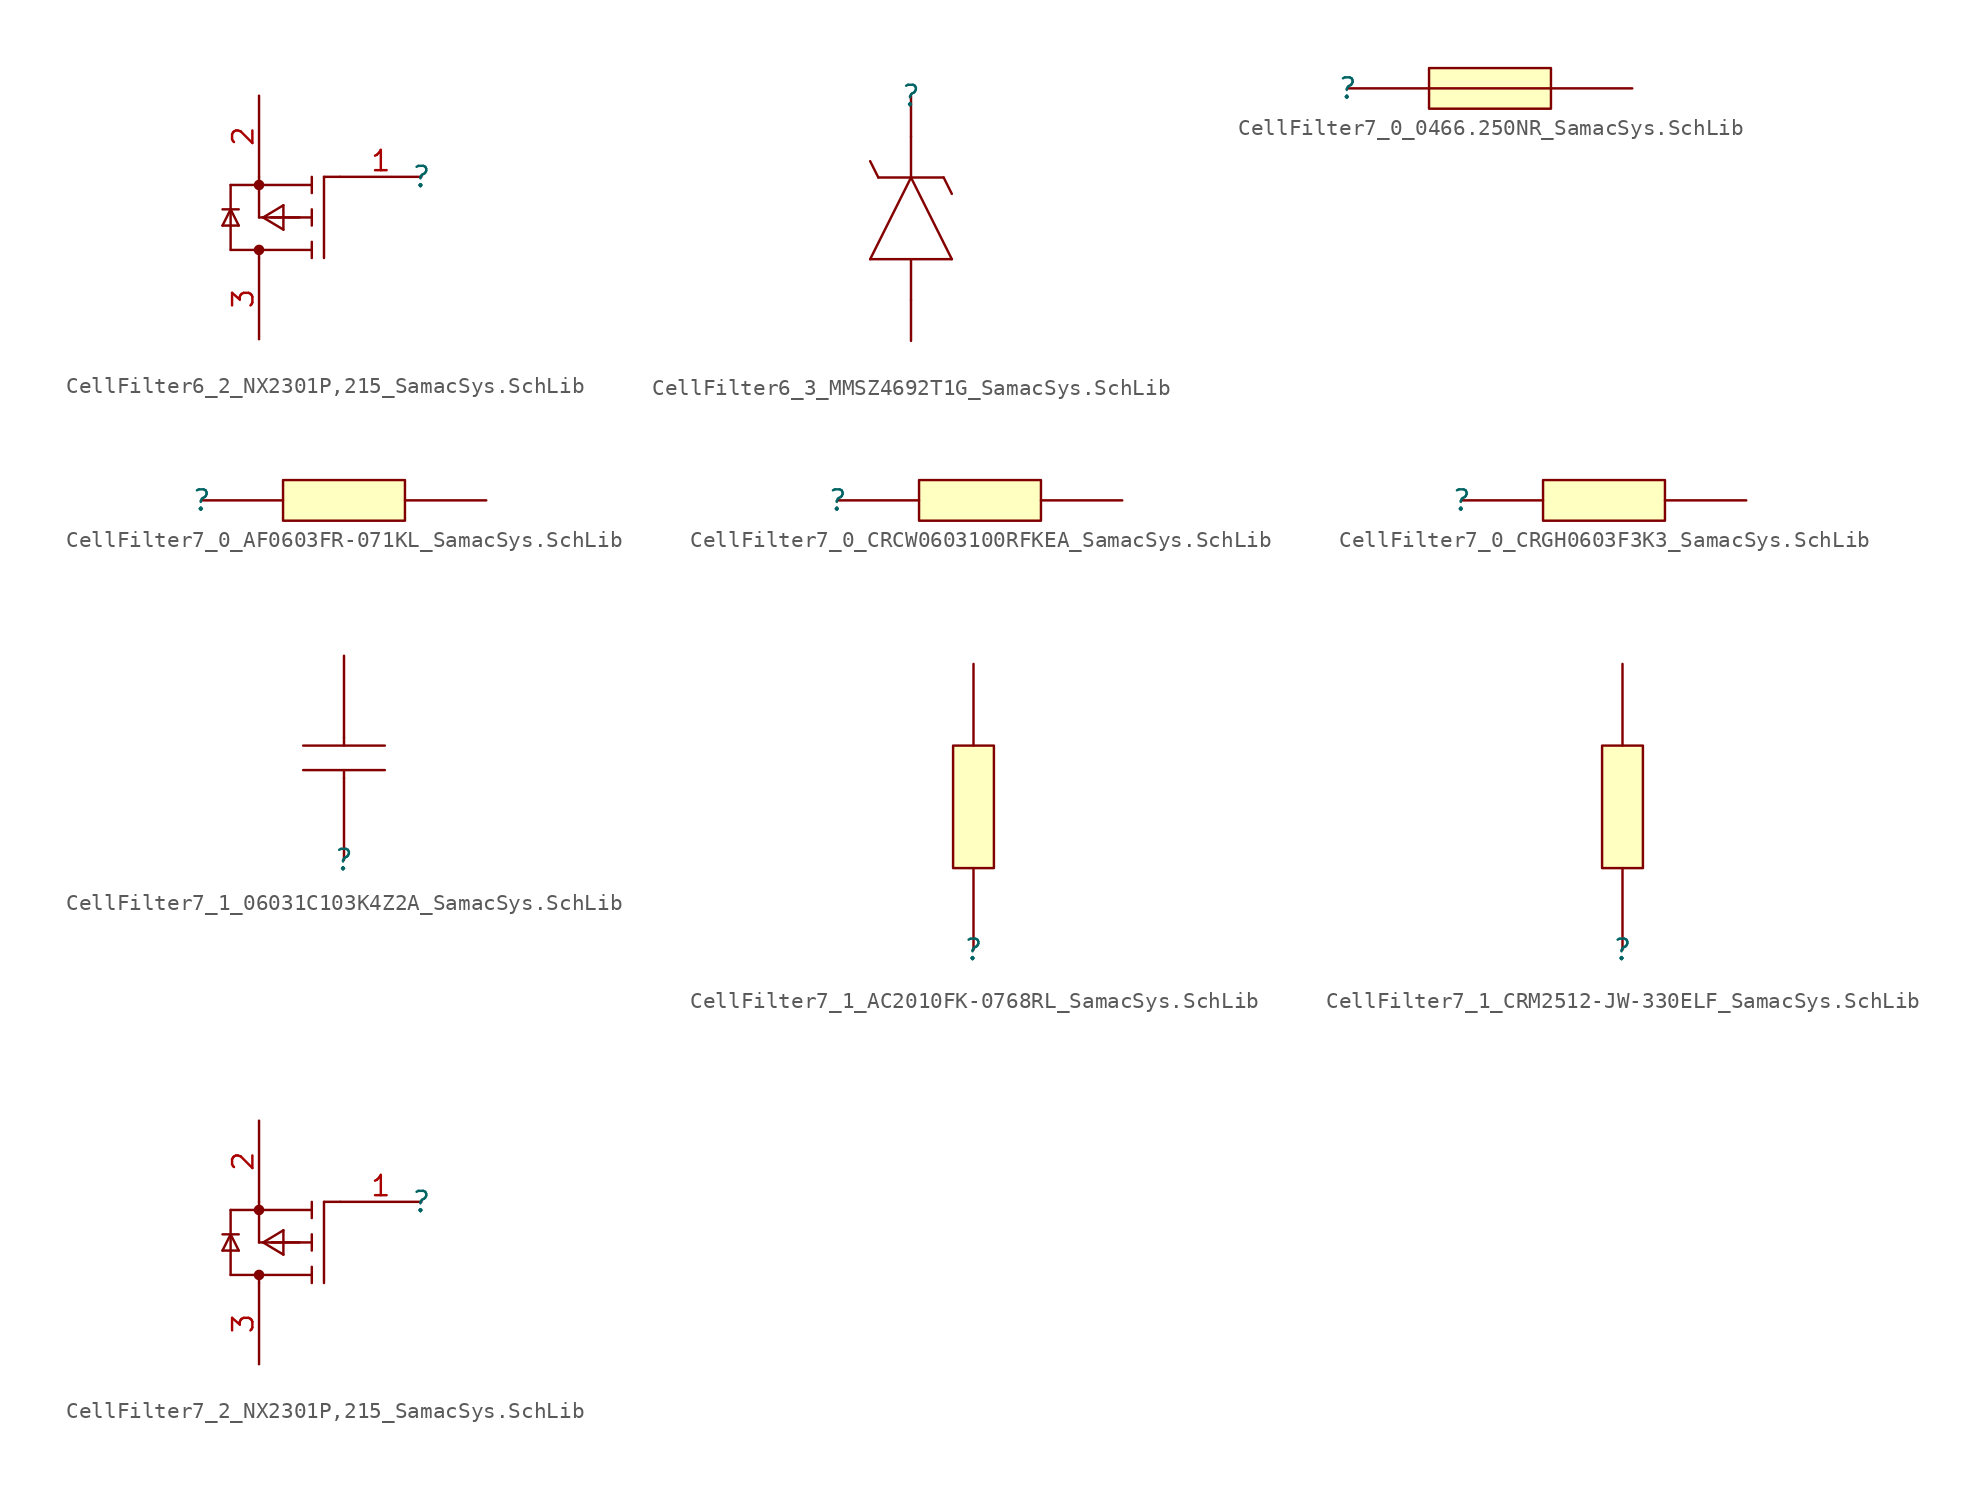
<source format=kicad_sym>
(kicad_symbol_lib
  (version 20241209)
  (generator "kicad_symbol_editor")
  (generator_version "9.0")
  (symbol "CellFilter6_2_NX2301P,215_SamacSys.SchLib"
    (pin_names
      (hide yes))
    (property "Reference" ""
      (at 0 0 0)
      (effects (font (size 1.27 1.27))))
    (property "Value" ""
      (at 0 0 0)
      (effects (font (size 1.27 1.27))))
    (symbol "CellFilter6_2_NX2301P,215_SamacSys.SchLib_1_0"
      (polyline (pts (xy -12.446 -3.048) (xy -11.43 -3.048)) (stroke (width 0) (type solid)) (fill (type none)))
      (polyline (pts (xy -11.938 -2.032) (xy -12.446 -2.032)) (stroke (width 0) (type solid)) (fill (type none)))
      (polyline (pts (xy -11.938 -2.032) (xy -12.446 -3.048)) (stroke (width 0) (type solid)) (fill (type none)))
      (polyline (pts (xy -11.938 -2.032) (xy -11.43 -2.032)) (stroke (width 0) (type solid)) (fill (type none)))
      (polyline (pts (xy -11.938 -4.572) (xy -11.938 -0.508)) (stroke (width 0) (type solid)) (fill (type none)))
      (polyline (pts (xy -11.938 -4.572) (xy -10.16 -4.572)) (stroke (width 0) (type solid)) (fill (type none)))
      (polyline (pts (xy -11.43 -3.048) (xy -11.938 -2.032)) (stroke (width 0) (type solid)) (fill (type none)))
      (circle (center -10.16 -0.508) (radius 0.254) (stroke (width 0) (type solid)) (fill (type outline)))
      (polyline (pts (xy -10.16 -0.508) (xy -11.938 -0.508)) (stroke (width 0) (type solid)) (fill (type none)))
      (polyline (pts (xy -10.16 -2.54) (xy -10.16 0)) (stroke (width 0) (type solid)) (fill (type none)))
      (polyline (pts (xy -10.16 -2.54) (xy -7.62 -2.54)) (stroke (width 0) (type solid)) (fill (type none)))
      (circle (center -10.16 -4.572) (radius 0.254) (stroke (width 0) (type solid)) (fill (type outline)))
      (polyline (pts (xy -10.16 -4.572) (xy -10.16 -5.08)) (stroke (width 0) (type solid)) (fill (type none)))
      (polyline (pts (xy -9.906 -2.54) (xy -8.636 -1.778)) (stroke (width 0) (type solid)) (fill (type none)))
      (polyline (pts (xy -9.906 -2.54) (xy -8.636 -3.302)) (stroke (width 0) (type solid)) (fill (type none)))
      (polyline (pts (xy -9.398 -2.54) (xy -6.858 -2.54)) (stroke (width 0) (type solid)) (fill (type none)))
      (polyline (pts (xy -8.636 -1.778) (xy -8.636 -3.302)) (stroke (width 0) (type solid)) (fill (type none)))
      (polyline (pts (xy -6.858 -0.508) (xy -10.16 -0.508)) (stroke (width 0) (type solid)) (fill (type none)))
      (polyline (pts (xy -6.858 -1.016) (xy -6.858 0)) (stroke (width 0) (type solid)) (fill (type none)))
      (polyline (pts (xy -6.858 -3.048) (xy -6.858 -2.032)) (stroke (width 0) (type solid)) (fill (type none)))
      (polyline (pts (xy -6.858 -4.064) (xy -6.858 -5.08)) (stroke (width 0) (type solid)) (fill (type none)))
      (polyline (pts (xy -6.858 -4.572) (xy -10.16 -4.572)) (stroke (width 0) (type solid)) (fill (type none)))
      (polyline (pts (xy -6.096 0) (xy -6.096 -5.08)) (stroke (width 0) (type solid)) (fill (type none)))
      (polyline (pts (xy -6.096 0) (xy -5.08 0)) (stroke (width 0) (type solid)) (fill (type none)))
      (pin passive line (at -10.16 5.08 270) (length 5.08) (name "S" (effects (font (size 1.27 1.27)))) (number "2" (effects (font (size 1.27 1.27)))))
      (pin passive line (at -10.16 -10.16 90) (length 5.08) (name "D" (effects (font (size 1.27 1.27)))) (number "3" (effects (font (size 1.27 1.27)))))
      (pin passive line (at 0 0 180) (length 5.08) (name "G" (effects (font (size 1.27 1.27)))) (number "1" (effects (font (size 1.27 1.27)))))))
  (symbol "CellFilter6_3_MMSZ4692T1G_SamacSys.SchLib"
    (pin_numbers
      (hide yes))
    (pin_names
      (hide yes))
    (property "Reference" ""
      (at 0 0 0)
      (effects (font (size 1.27 1.27))))
    (property "Value" ""
      (at 0 0 0)
      (effects (font (size 1.27 1.27))))
    (symbol "CellFilter6_3_MMSZ4692T1G_SamacSys.SchLib_1_0"
      (polyline (pts (xy -2.54 -4.064) (xy -2.032 -5.08)) (stroke (width 0) (type solid)) (fill (type none)))
      (polyline (pts (xy -2.54 -10.16) (xy 0 -5.08)) (stroke (width 0) (type solid)) (fill (type none)))
      (polyline (pts (xy 0 -2.54) (xy 0 -5.08)) (stroke (width 0) (type solid)) (fill (type none)))
      (polyline (pts (xy 0 -5.08) (xy 2.54 -10.16)) (stroke (width 0) (type solid)) (fill (type none)))
      (polyline (pts (xy 0 -12.7) (xy 0 -10.16)) (stroke (width 0) (type solid)) (fill (type none)))
      (polyline (pts (xy 2.032 -5.08) (xy -2.032 -5.08)) (stroke (width 0) (type solid)) (fill (type none)))
      (polyline (pts (xy 2.032 -5.08) (xy 2.54 -6.096)) (stroke (width 0) (type solid)) (fill (type none)))
      (polyline (pts (xy 2.54 -10.16) (xy -2.54 -10.16)) (stroke (width 0) (type solid)) (fill (type none)))
      (pin passive line (at 0 0 270) (length 2.54) (name "K" (effects (font (size 1.27 1.27)))) (number "1" (effects (font (size 1.27 1.27)))))
      (pin passive line (at 0 -15.24 90) (length 2.54) (name "A" (effects (font (size 1.27 1.27)))) (number "2" (effects (font (size 1.27 1.27)))))))
  (symbol "CellFilter7_0_0466.250NR_SamacSys.SchLib"
    (pin_numbers
      (hide yes))
    (pin_names
      (hide yes))
    (property "Reference" ""
      (at 0 0 0)
      (effects (font (size 1.27 1.27))))
    (property "Value" ""
      (at 0 0 0)
      (effects (font (size 1.27 1.27))))
    (symbol "CellFilter7_0_0466.250NR_SamacSys.SchLib_1_0"
      (polyline (pts (xy 5.08 0) (xy 12.7 0)) (stroke (width 0) (type solid)) (fill (type none)))
      (rectangle (start 12.7 1.27) (end 5.08 -1.27) (stroke (width 0) (type solid) (color 128 0 0 1)) (fill (type background)))
      (pin passive line (at 0 0 0) (length 5.08) (name "1" (effects (font (size 1.27 1.27)))) (number "1" (effects (font (size 1.27 1.27)))))
      (pin passive line (at 17.78 0 180) (length 5.08) (name "2" (effects (font (size 1.27 1.27)))) (number "2" (effects (font (size 1.27 1.27)))))))
  (symbol "CellFilter7_0_AF0603FR-071KL_SamacSys.SchLib"
    (pin_numbers
      (hide yes))
    (pin_names
      (hide yes))
    (property "Reference" ""
      (at 0 0 0)
      (effects (font (size 1.27 1.27))))
    (property "Value" ""
      (at 0 0 0)
      (effects (font (size 1.27 1.27))))
    (symbol "CellFilter7_0_AF0603FR-071KL_SamacSys.SchLib_1_0"
      (rectangle (start 12.7 1.27) (end 5.08 -1.27) (stroke (width 0) (type solid) (color 128 0 0 1)) (fill (type background)))
      (pin passive line (at 0 0 0) (length 5.08) (name "1" (effects (font (size 1.27 1.27)))) (number "1" (effects (font (size 1.27 1.27)))))
      (pin passive line (at 17.78 0 180) (length 5.08) (name "2" (effects (font (size 1.27 1.27)))) (number "2" (effects (font (size 1.27 1.27)))))))
  (symbol "CellFilter7_0_CRCW0603100RFKEA_SamacSys.SchLib"
    (pin_numbers
      (hide yes))
    (pin_names
      (hide yes))
    (property "Reference" ""
      (at 0 0 0)
      (effects (font (size 1.27 1.27))))
    (property "Value" ""
      (at 0 0 0)
      (effects (font (size 1.27 1.27))))
    (symbol "CellFilter7_0_CRCW0603100RFKEA_SamacSys.SchLib_1_0"
      (rectangle (start 12.7 1.27) (end 5.08 -1.27) (stroke (width 0) (type solid) (color 128 0 0 1)) (fill (type background)))
      (pin passive line (at 0 0 0) (length 5.08) (name "1" (effects (font (size 1.27 1.27)))) (number "1" (effects (font (size 1.27 1.27)))))
      (pin passive line (at 17.78 0 180) (length 5.08) (name "2" (effects (font (size 1.27 1.27)))) (number "2" (effects (font (size 1.27 1.27)))))))
  (symbol "CellFilter7_0_CRGH0603F3K3_SamacSys.SchLib"
    (pin_numbers
      (hide yes))
    (pin_names
      (hide yes))
    (property "Reference" ""
      (at 0 0 0)
      (effects (font (size 1.27 1.27))))
    (property "Value" ""
      (at 0 0 0)
      (effects (font (size 1.27 1.27))))
    (symbol "CellFilter7_0_CRGH0603F3K3_SamacSys.SchLib_1_0"
      (rectangle (start 12.7 1.27) (end 5.08 -1.27) (stroke (width 0) (type solid) (color 128 0 0 1)) (fill (type background)))
      (pin passive line (at 0 0 0) (length 5.08) (name "1" (effects (font (size 1.27 1.27)))) (number "1" (effects (font (size 1.27 1.27)))))
      (pin passive line (at 17.78 0 180) (length 5.08) (name "2" (effects (font (size 1.27 1.27)))) (number "2" (effects (font (size 1.27 1.27)))))))
  (symbol "CellFilter7_1_06031C103K4Z2A_SamacSys.SchLib"
    (pin_numbers
      (hide yes))
    (pin_names
      (hide yes))
    (property "Reference" ""
      (at 0 0 0)
      (effects (font (size 1.27 1.27))))
    (property "Value" ""
      (at 0 0 0)
      (effects (font (size 1.27 1.27))))
    (symbol "CellFilter7_1_06031C103K4Z2A_SamacSys.SchLib_1_0"
      (polyline (pts (xy -2.54 7.112) (xy 2.54 7.112)) (stroke (width 0) (type solid)) (fill (type none)))
      (polyline (pts (xy -2.54 5.588) (xy 2.54 5.588)) (stroke (width 0) (type solid)) (fill (type none)))
      (polyline (pts (xy 0 7.112) (xy 0 7.62)) (stroke (width 0) (type solid)) (fill (type none)))
      (polyline (pts (xy 0 5.08) (xy 0 5.588)) (stroke (width 0) (type solid)) (fill (type none)))
      (pin passive line (at 0 12.7 270) (length 5.08) (name "2" (effects (font (size 1.27 1.27)))) (number "2" (effects (font (size 1.27 1.27)))))
      (pin passive line (at 0 0 90) (length 5.08) (name "1" (effects (font (size 1.27 1.27)))) (number "1" (effects (font (size 1.27 1.27)))))))
  (symbol "CellFilter7_1_AC2010FK-0768RL_SamacSys.SchLib"
    (pin_numbers
      (hide yes))
    (pin_names
      (hide yes))
    (property "Reference" ""
      (at 0 0 0)
      (effects (font (size 1.27 1.27))))
    (property "Value" ""
      (at 0 0 0)
      (effects (font (size 1.27 1.27))))
    (symbol "CellFilter7_1_AC2010FK-0768RL_SamacSys.SchLib_1_0"
      (rectangle (start 1.27 12.7) (end -1.27 5.08) (stroke (width 0) (type solid) (color 128 0 0 1)) (fill (type background)))
      (pin passive line (at 0 17.78 270) (length 5.08) (name "2" (effects (font (size 1.27 1.27)))) (number "2" (effects (font (size 1.27 1.27)))))
      (pin passive line (at 0 0 90) (length 5.08) (name "1" (effects (font (size 1.27 1.27)))) (number "1" (effects (font (size 1.27 1.27)))))))
  (symbol "CellFilter7_1_CRM2512-JW-330ELF_SamacSys.SchLib"
    (pin_numbers
      (hide yes))
    (pin_names
      (hide yes))
    (property "Reference" ""
      (at 0 0 0)
      (effects (font (size 1.27 1.27))))
    (property "Value" ""
      (at 0 0 0)
      (effects (font (size 1.27 1.27))))
    (symbol "CellFilter7_1_CRM2512-JW-330ELF_SamacSys.SchLib_1_0"
      (rectangle (start 1.27 12.7) (end -1.27 5.08) (stroke (width 0) (type solid) (color 128 0 0 1)) (fill (type background)))
      (pin passive line (at 0 17.78 270) (length 5.08) (name "2" (effects (font (size 1.27 1.27)))) (number "2" (effects (font (size 1.27 1.27)))))
      (pin passive line (at 0 0 90) (length 5.08) (name "1" (effects (font (size 1.27 1.27)))) (number "1" (effects (font (size 1.27 1.27)))))))
  (symbol "CellFilter7_2_NX2301P,215_SamacSys.SchLib"
    (pin_names
      (hide yes))
    (property "Reference" ""
      (at 0 0 0)
      (effects (font (size 1.27 1.27))))
    (property "Value" ""
      (at 0 0 0)
      (effects (font (size 1.27 1.27))))
    (symbol "CellFilter7_2_NX2301P,215_SamacSys.SchLib_1_0"
      (polyline (pts (xy -12.446 -3.048) (xy -11.43 -3.048)) (stroke (width 0) (type solid)) (fill (type none)))
      (polyline (pts (xy -11.938 -2.032) (xy -12.446 -2.032)) (stroke (width 0) (type solid)) (fill (type none)))
      (polyline (pts (xy -11.938 -2.032) (xy -12.446 -3.048)) (stroke (width 0) (type solid)) (fill (type none)))
      (polyline (pts (xy -11.938 -2.032) (xy -11.43 -2.032)) (stroke (width 0) (type solid)) (fill (type none)))
      (polyline (pts (xy -11.938 -4.572) (xy -11.938 -0.508)) (stroke (width 0) (type solid)) (fill (type none)))
      (polyline (pts (xy -11.938 -4.572) (xy -10.16 -4.572)) (stroke (width 0) (type solid)) (fill (type none)))
      (polyline (pts (xy -11.43 -3.048) (xy -11.938 -2.032)) (stroke (width 0) (type solid)) (fill (type none)))
      (circle (center -10.16 -0.508) (radius 0.254) (stroke (width 0) (type solid)) (fill (type outline)))
      (polyline (pts (xy -10.16 -0.508) (xy -11.938 -0.508)) (stroke (width 0) (type solid)) (fill (type none)))
      (polyline (pts (xy -10.16 -2.54) (xy -10.16 0)) (stroke (width 0) (type solid)) (fill (type none)))
      (polyline (pts (xy -10.16 -2.54) (xy -7.62 -2.54)) (stroke (width 0) (type solid)) (fill (type none)))
      (circle (center -10.16 -4.572) (radius 0.254) (stroke (width 0) (type solid)) (fill (type outline)))
      (polyline (pts (xy -10.16 -4.572) (xy -10.16 -5.08)) (stroke (width 0) (type solid)) (fill (type none)))
      (polyline (pts (xy -9.906 -2.54) (xy -8.636 -1.778)) (stroke (width 0) (type solid)) (fill (type none)))
      (polyline (pts (xy -9.906 -2.54) (xy -8.636 -3.302)) (stroke (width 0) (type solid)) (fill (type none)))
      (polyline (pts (xy -9.398 -2.54) (xy -6.858 -2.54)) (stroke (width 0) (type solid)) (fill (type none)))
      (polyline (pts (xy -8.636 -1.778) (xy -8.636 -3.302)) (stroke (width 0) (type solid)) (fill (type none)))
      (polyline (pts (xy -6.858 -0.508) (xy -10.16 -0.508)) (stroke (width 0) (type solid)) (fill (type none)))
      (polyline (pts (xy -6.858 -1.016) (xy -6.858 0)) (stroke (width 0) (type solid)) (fill (type none)))
      (polyline (pts (xy -6.858 -3.048) (xy -6.858 -2.032)) (stroke (width 0) (type solid)) (fill (type none)))
      (polyline (pts (xy -6.858 -4.064) (xy -6.858 -5.08)) (stroke (width 0) (type solid)) (fill (type none)))
      (polyline (pts (xy -6.858 -4.572) (xy -10.16 -4.572)) (stroke (width 0) (type solid)) (fill (type none)))
      (polyline (pts (xy -6.096 0) (xy -6.096 -5.08)) (stroke (width 0) (type solid)) (fill (type none)))
      (polyline (pts (xy -6.096 0) (xy -5.08 0)) (stroke (width 0) (type solid)) (fill (type none)))
      (pin passive line (at -10.16 5.08 270) (length 5.08) (name "S" (effects (font (size 1.27 1.27)))) (number "2" (effects (font (size 1.27 1.27)))))
      (pin passive line (at -10.16 -10.16 90) (length 5.08) (name "D" (effects (font (size 1.27 1.27)))) (number "3" (effects (font (size 1.27 1.27)))))
      (pin passive line (at 0 0 180) (length 5.08) (name "G" (effects (font (size 1.27 1.27)))) (number "1" (effects (font (size 1.27 1.27))))))))
</source>
